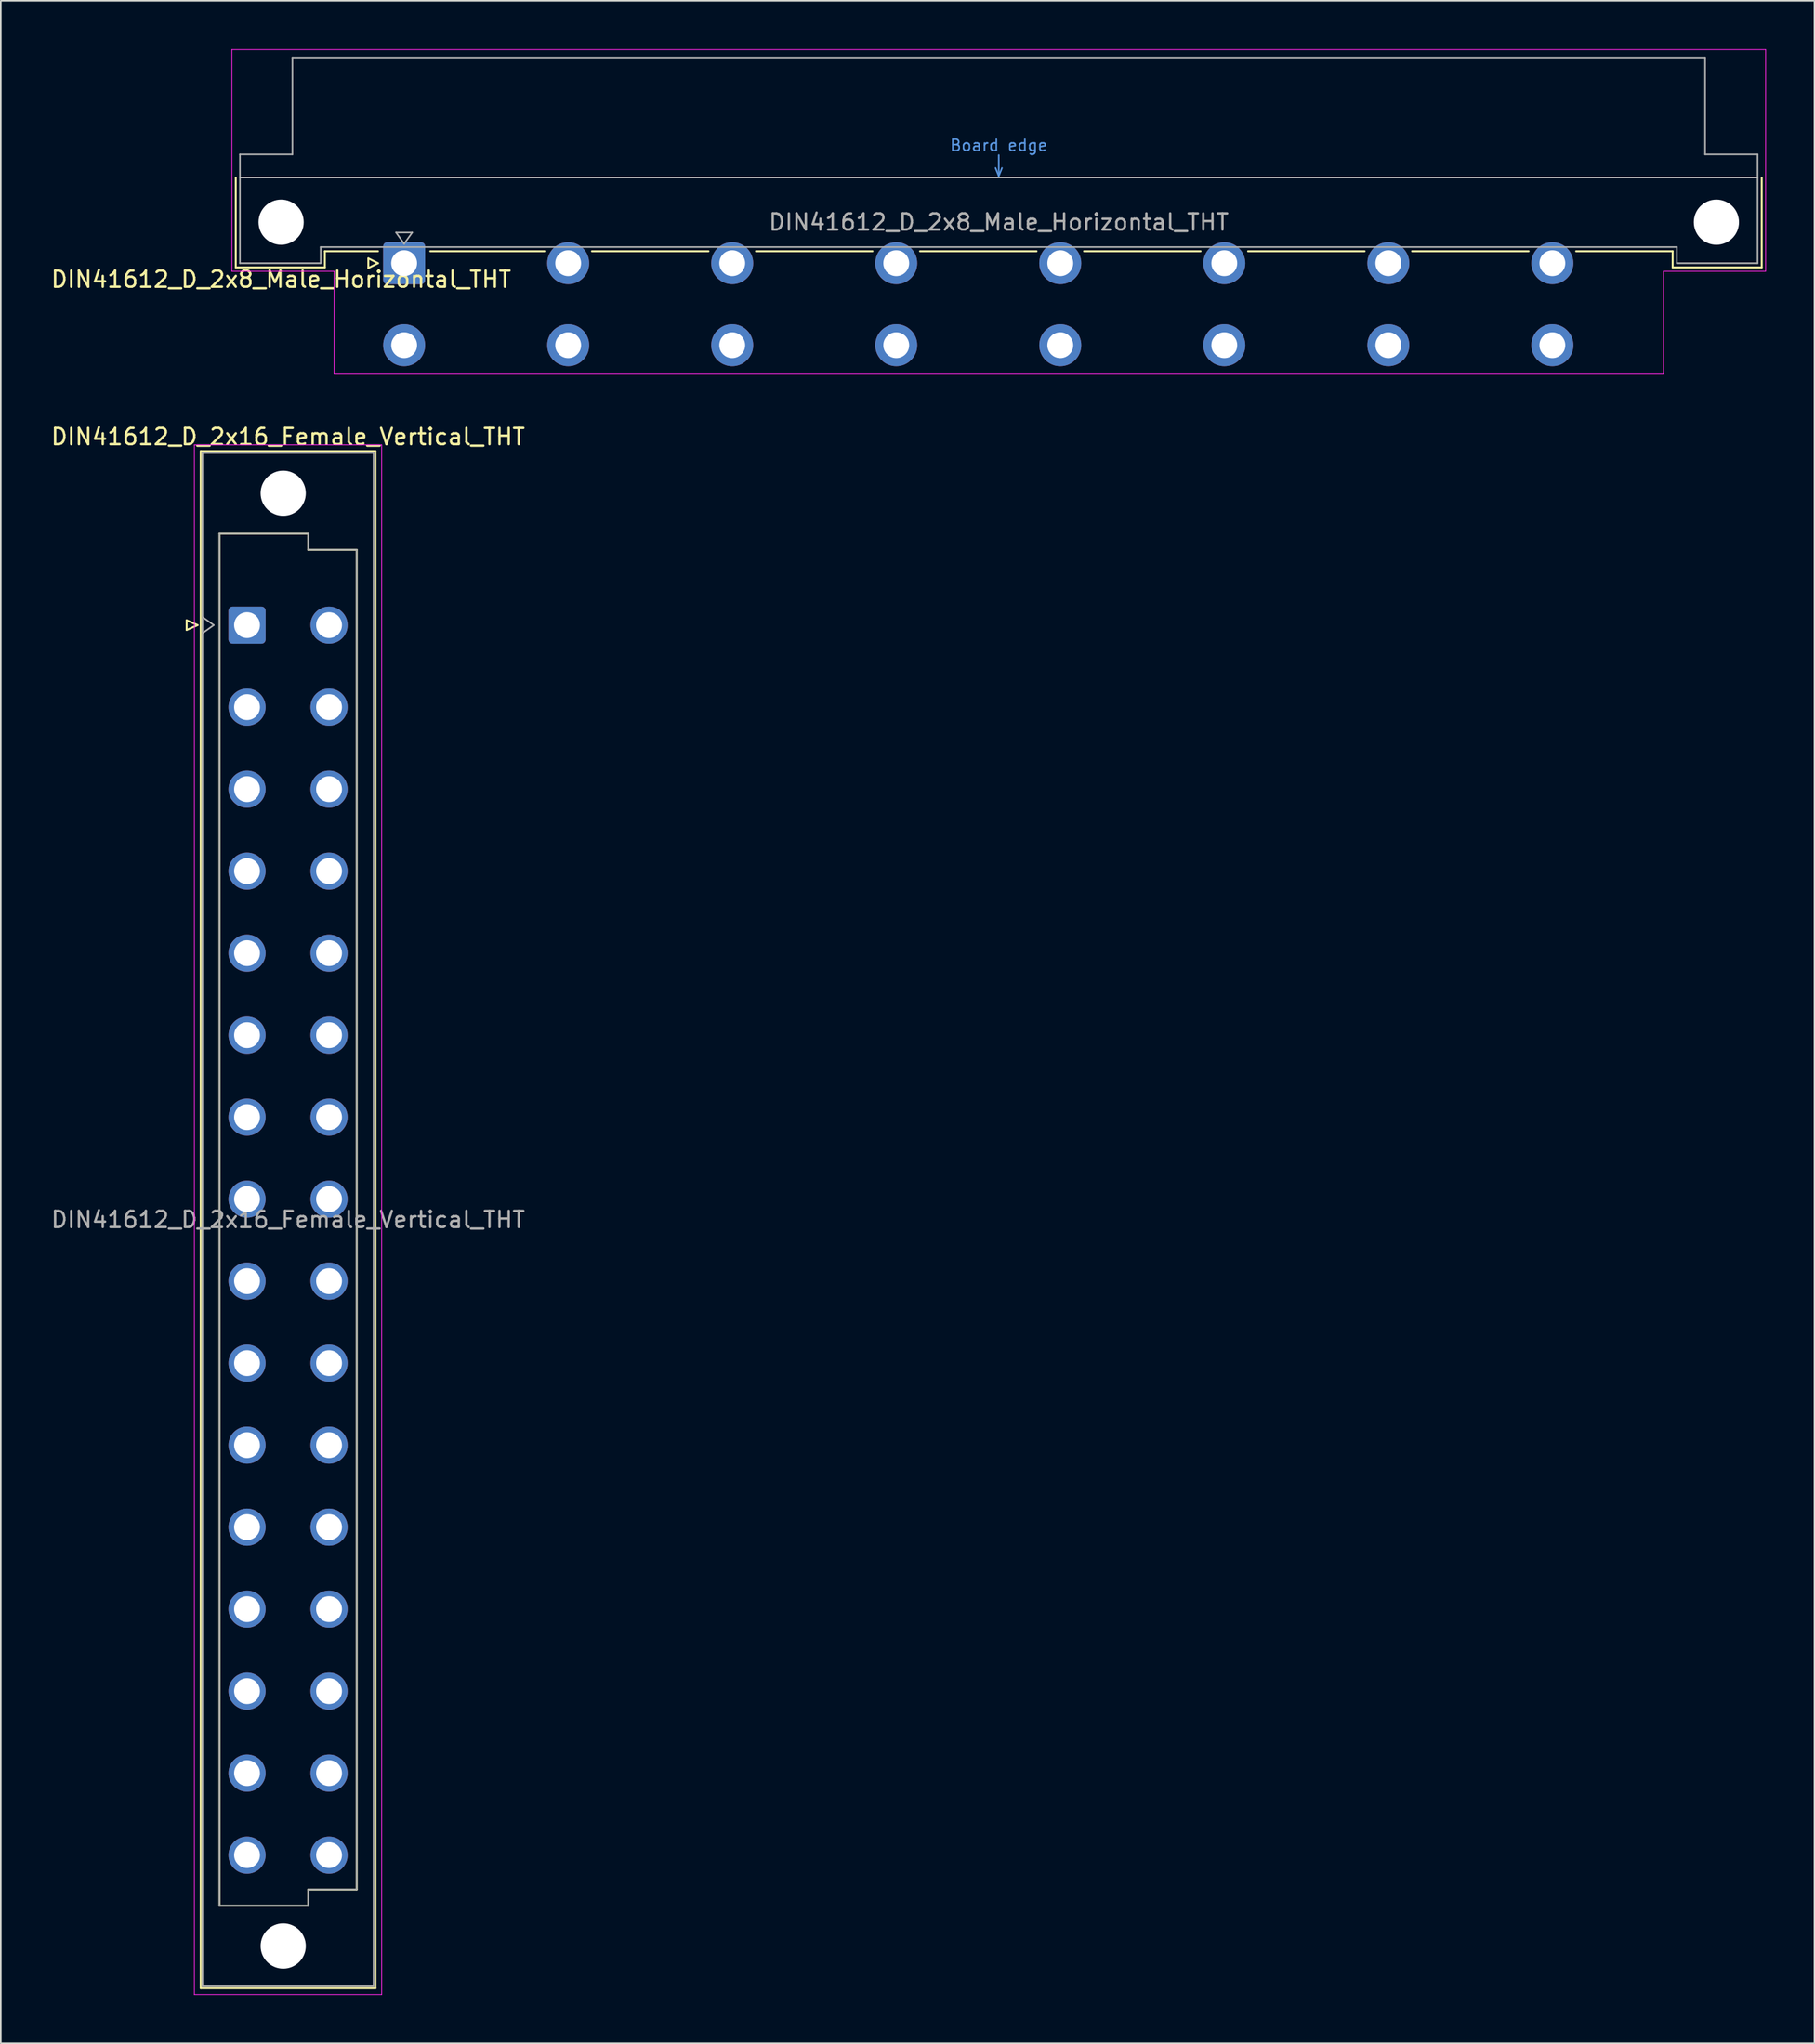
<source format=kicad_pcb>
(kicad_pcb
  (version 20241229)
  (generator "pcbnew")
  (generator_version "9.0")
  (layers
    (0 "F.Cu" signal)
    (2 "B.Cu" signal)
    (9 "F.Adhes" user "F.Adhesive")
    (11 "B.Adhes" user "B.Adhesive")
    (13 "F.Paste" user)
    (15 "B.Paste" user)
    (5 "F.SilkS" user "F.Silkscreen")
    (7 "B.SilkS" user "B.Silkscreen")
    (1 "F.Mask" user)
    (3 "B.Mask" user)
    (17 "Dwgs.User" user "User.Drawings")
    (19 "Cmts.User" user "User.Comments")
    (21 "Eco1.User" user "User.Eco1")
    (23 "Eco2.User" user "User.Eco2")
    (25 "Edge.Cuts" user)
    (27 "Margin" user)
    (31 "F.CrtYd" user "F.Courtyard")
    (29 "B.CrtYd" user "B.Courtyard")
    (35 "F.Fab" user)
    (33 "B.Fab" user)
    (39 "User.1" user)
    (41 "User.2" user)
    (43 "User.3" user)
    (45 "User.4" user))
  (footprint "DIN41612_D_2x16_Female_Vertical_THT"
    (layer "F.Cu")
    (at 12.252 33.138)
    (property "Reference" "DIN41612_D_2x16_Female_Vertical_THT" (at 2.54 -9.13 0) (layer "F.SilkS") (effects (font (size 1 1) (thickness 0.15))))
    (attr through_hole)
    (fp_line (start -3.74 2.24) (end -3.74 2.84) (stroke (width 0.12) (type solid)) (layer "F.SilkS"))
    (fp_line (start -3.74 2.84) (end -3.06 2.54) (stroke (width 0.12) (type solid)) (layer "F.SilkS"))
    (fp_line (start -3.06 2.54) (end -3.74 2.24) (stroke (width 0.12) (type solid)) (layer "F.SilkS"))
    (fp_line (start -2.87 -8.24) (end 7.95 -8.24) (stroke (width 0.12) (type solid)) (layer "F.SilkS"))
    (fp_line (start -2.87 86.98) (end -2.87 -8.24) (stroke (width 0.12) (type solid)) (layer "F.SilkS"))
    (fp_line (start -1.71 -3.131) (end 3.79 -3.131) (stroke (width 0.12) (type solid)) (layer "F.SilkS"))
    (fp_line (start -1.71 81.87) (end -1.71 -3.131) (stroke (width 0.12) (type solid)) (layer "F.SilkS"))
    (fp_line (start 3.79 -3.131) (end 3.79 -2.131) (stroke (width 0.12) (type solid)) (layer "F.SilkS"))
    (fp_line (start 3.79 -2.131) (end 6.79 -2.131) (stroke (width 0.12) (type solid)) (layer "F.SilkS"))
    (fp_line (start 3.79 80.87) (end 3.79 81.87) (stroke (width 0.12) (type solid)) (layer "F.SilkS"))
    (fp_line (start 3.79 81.87) (end -1.71 81.87) (stroke (width 0.12) (type solid)) (layer "F.SilkS"))
    (fp_line (start 6.79 -2.131) (end 6.79 80.87) (stroke (width 0.12) (type solid)) (layer "F.SilkS"))
    (fp_line (start 6.79 80.87) (end 3.79 80.87) (stroke (width 0.12) (type solid)) (layer "F.SilkS"))
    (fp_line (start 7.95 -8.24) (end 7.95 86.98) (stroke (width 0.12) (type solid)) (layer "F.SilkS"))
    (fp_line (start 7.95 86.98) (end -2.87 86.98) (stroke (width 0.12) (type solid)) (layer "F.SilkS"))
    (fp_line (start -3.26 -8.63) (end 8.34 -8.63) (stroke (width 0.05) (type solid)) (layer "F.CrtYd"))
    (fp_line (start -3.26 87.37) (end -3.26 -8.63) (stroke (width 0.05) (type solid)) (layer "F.CrtYd"))
    (fp_line (start 8.34 -8.63) (end 8.34 87.37) (stroke (width 0.05) (type solid)) (layer "F.CrtYd"))
    (fp_line (start 8.34 87.37) (end -3.26 87.37) (stroke (width 0.05) (type solid)) (layer "F.CrtYd"))
    (fp_line (start -2.76 -8.13) (end 7.84 -8.13) (stroke (width 0.1) (type solid)) (layer "F.Fab"))
    (fp_line (start -2.76 2.04) (end -2.06 2.54) (stroke (width 0.1) (type solid)) (layer "F.Fab"))
    (fp_line (start -2.76 86.87) (end -2.76 -8.13) (stroke (width 0.1) (type solid)) (layer "F.Fab"))
    (fp_line (start -2.06 2.54) (end -2.76 3.04) (stroke (width 0.1) (type solid)) (layer "F.Fab"))
    (fp_line (start -1.71 -3.13) (end 3.79 -3.13) (stroke (width 0.1) (type solid)) (layer "F.Fab"))
    (fp_line (start -1.71 81.87) (end -1.71 -3.13) (stroke (width 0.1) (type solid)) (layer "F.Fab"))
    (fp_line (start 3.79 -3.13) (end 3.79 -2.13) (stroke (width 0.1) (type solid)) (layer "F.Fab"))
    (fp_line (start 3.79 -2.13) (end 6.79 -2.13) (stroke (width 0.1) (type solid)) (layer "F.Fab"))
    (fp_line (start 3.79 80.87) (end 3.79 81.87) (stroke (width 0.1) (type solid)) (layer "F.Fab"))
    (fp_line (start 3.79 81.87) (end -1.71 81.87) (stroke (width 0.1) (type solid)) (layer "F.Fab"))
    (fp_line (start 6.79 -2.13) (end 6.79 80.87) (stroke (width 0.1) (type solid)) (layer "F.Fab"))
    (fp_line (start 6.79 80.87) (end 3.79 80.87) (stroke (width 0.1) (type solid)) (layer "F.Fab"))
    (fp_line (start 7.84 -8.13) (end 7.84 86.87) (stroke (width 0.1) (type solid)) (layer "F.Fab"))
    (fp_line (start 7.84 86.87) (end -2.76 86.87) (stroke (width 0.1) (type solid)) (layer "F.Fab"))
    (fp_text user "${REFERENCE}" (at 2.54 39.37 0) (layer "F.Fab") (effects (font (size 1 1) (thickness 0.15))))
    (pad "" np_thru_hole circle (at 2.24 -5.63) (size 2.8 2.8) (drill 2.8) (layers "*.Cu" "*.Mask"))
    (pad "" np_thru_hole circle (at 2.24 84.37) (size 2.8 2.8) (drill 2.8) (layers "*.Cu" "*.Mask"))
    (pad "a0" thru_hole roundrect (at 0 2.54) (size 2.3 2.3) (drill 1.6) (layers "*.Cu" "*.Mask") (roundrect_rratio 0.109))
    (pad "a1" thru_hole circle (at 0 7.62) (size 2.3 2.3) (drill 1.6) (layers "*.Cu" "*.Mask"))
    (pad "a2" thru_hole circle (at 0 12.7) (size 2.3 2.3) (drill 1.6) (layers "*.Cu" "*.Mask"))
    (pad "a3" thru_hole circle (at 0 17.78) (size 2.3 2.3) (drill 1.6) (layers "*.Cu" "*.Mask"))
    (pad "a4" thru_hole circle (at 0 22.86) (size 2.3 2.3) (drill 1.6) (layers "*.Cu" "*.Mask"))
    (pad "a5" thru_hole circle (at 0 27.94) (size 2.3 2.3) (drill 1.6) (layers "*.Cu" "*.Mask"))
    (pad "a6" thru_hole circle (at 0 33.02) (size 2.3 2.3) (drill 1.6) (layers "*.Cu" "*.Mask"))
    (pad "a7" thru_hole circle (at 0 38.1) (size 2.3 2.3) (drill 1.6) (layers "*.Cu" "*.Mask"))
    (pad "a8" thru_hole circle (at 0 43.18) (size 2.3 2.3) (drill 1.6) (layers "*.Cu" "*.Mask"))
    (pad "a9" thru_hole circle (at 0 48.26) (size 2.3 2.3) (drill 1.6) (layers "*.Cu" "*.Mask"))
    (pad "a10" thru_hole circle (at 0 53.34) (size 2.3 2.3) (drill 1.6) (layers "*.Cu" "*.Mask"))
    (pad "a11" thru_hole circle (at 0 58.42) (size 2.3 2.3) (drill 1.6) (layers "*.Cu" "*.Mask"))
    (pad "a12" thru_hole circle (at 0 63.5) (size 2.3 2.3) (drill 1.6) (layers "*.Cu" "*.Mask"))
    (pad "a13" thru_hole circle (at 0 68.58) (size 2.3 2.3) (drill 1.6) (layers "*.Cu" "*.Mask"))
    (pad "a14" thru_hole circle (at 0 73.66) (size 2.3 2.3) (drill 1.6) (layers "*.Cu" "*.Mask"))
    (pad "a15" thru_hole circle (at 0 78.74) (size 2.3 2.3) (drill 1.6) (layers "*.Cu" "*.Mask"))
    (pad "c0" thru_hole circle (at 5.08 2.54) (size 2.3 2.3) (drill 1.6) (layers "*.Cu" "*.Mask"))
    (pad "c1" thru_hole circle (at 5.08 7.62) (size 2.3 2.3) (drill 1.6) (layers "*.Cu" "*.Mask"))
    (pad "c2" thru_hole circle (at 5.08 12.7) (size 2.3 2.3) (drill 1.6) (layers "*.Cu" "*.Mask"))
    (pad "c3" thru_hole circle (at 5.08 17.78) (size 2.3 2.3) (drill 1.6) (layers "*.Cu" "*.Mask"))
    (pad "c4" thru_hole circle (at 5.08 22.86) (size 2.3 2.3) (drill 1.6) (layers "*.Cu" "*.Mask"))
    (pad "c5" thru_hole circle (at 5.08 27.94) (size 2.3 2.3) (drill 1.6) (layers "*.Cu" "*.Mask"))
    (pad "c6" thru_hole circle (at 5.08 33.02) (size 2.3 2.3) (drill 1.6) (layers "*.Cu" "*.Mask"))
    (pad "c7" thru_hole circle (at 5.08 38.1) (size 2.3 2.3) (drill 1.6) (layers "*.Cu" "*.Mask"))
    (pad "c8" thru_hole circle (at 5.08 43.18) (size 2.3 2.3) (drill 1.6) (layers "*.Cu" "*.Mask"))
    (pad "c9" thru_hole circle (at 5.08 48.26) (size 2.3 2.3) (drill 1.6) (layers "*.Cu" "*.Mask"))
    (pad "c10" thru_hole circle (at 5.08 53.34) (size 2.3 2.3) (drill 1.6) (layers "*.Cu" "*.Mask"))
    (pad "c11" thru_hole circle (at 5.08 58.42) (size 2.3 2.3) (drill 1.6) (layers "*.Cu" "*.Mask"))
    (pad "c12" thru_hole circle (at 5.08 63.5) (size 2.3 2.3) (drill 1.6) (layers "*.Cu" "*.Mask"))
    (pad "c13" thru_hole circle (at 5.08 68.58) (size 2.3 2.3) (drill 1.6) (layers "*.Cu" "*.Mask"))
    (pad "c14" thru_hole circle (at 5.08 73.66) (size 2.3 2.3) (drill 1.6) (layers "*.Cu" "*.Mask"))
    (pad "c15" thru_hole circle (at 5.08 78.74) (size 2.3 2.3) (drill 1.6) (layers "*.Cu" "*.Mask")))
  (footprint "DIN41612_D_2x8_Male_Horizontal_THT"
    (layer "F.Cu")
    (at 19.443 13.255)
    (property "Reference" "DIN41612_D_2x8_Male_Horizontal_THT" (at -5.08 1 0) (layer "F.SilkS") (effects (font (size 1 1) (thickness 0.15))))
    (attr through_hole)
    (fp_line (start -7.89 -5.3) (end -7.89 0.26) (stroke (width 0.12) (type solid)) (layer "F.SilkS"))
    (fp_line (start -7.89 0.26) (end -2.37 0.26) (stroke (width 0.12) (type solid)) (layer "F.SilkS"))
    (fp_line (start -2.371 -0.74) (end 0.92 -0.74) (stroke (width 0.12) (type solid)) (layer "F.SilkS"))
    (fp_line (start -2.37 0.26) (end -2.37 -0.74) (stroke (width 0.12) (type solid)) (layer "F.SilkS"))
    (fp_line (start 0.32 -0.3) (end 0.32 0.3) (stroke (width 0.12) (type solid)) (layer "F.SilkS"))
    (fp_line (start 0.32 0.3) (end 0.92 0) (stroke (width 0.12) (type solid)) (layer "F.SilkS"))
    (fp_line (start 0.92 0) (end 0.32 -0.3) (stroke (width 0.12) (type solid)) (layer "F.SilkS"))
    (fp_line (start 4.16 -0.74) (end 11.229 -0.74) (stroke (width 0.12) (type solid)) (layer "F.SilkS"))
    (fp_line (start 14.172 -0.74) (end 21.389 -0.74) (stroke (width 0.12) (type solid)) (layer "F.SilkS"))
    (fp_line (start 24.332 -0.74) (end 31.549 -0.74) (stroke (width 0.12) (type solid)) (layer "F.SilkS"))
    (fp_line (start 34.492 -0.74) (end 41.709 -0.74) (stroke (width 0.12) (type solid)) (layer "F.SilkS"))
    (fp_line (start 44.652 -0.74) (end 51.869 -0.74) (stroke (width 0.12) (type solid)) (layer "F.SilkS"))
    (fp_line (start 54.812 -0.74) (end 62.029 -0.74) (stroke (width 0.12) (type solid)) (layer "F.SilkS"))
    (fp_line (start 64.972 -0.74) (end 72.189 -0.74) (stroke (width 0.12) (type solid)) (layer "F.SilkS"))
    (fp_line (start 75.132 -0.74) (end 81.11 -0.74) (stroke (width 0.12) (type solid)) (layer "F.SilkS"))
    (fp_line (start 81.11 0.26) (end 81.11 -0.74) (stroke (width 0.12) (type solid)) (layer "F.SilkS"))
    (fp_line (start 86.63 -5.3) (end 86.63 0.26) (stroke (width 0.12) (type solid)) (layer "F.SilkS"))
    (fp_line (start 86.63 0.26) (end 81.11 0.26) (stroke (width 0.12) (type solid)) (layer "F.SilkS"))
    (fp_line (start -7.63 -5.3) (end 86.37 -5.3) (stroke (width 0.08) (type solid)) (layer "Dwgs.User"))
    (fp_line (start 39.17 -5.9) (end 39.37 -5.4) (stroke (width 0.1) (type solid)) (layer "Cmts.User"))
    (fp_line (start 39.37 -5.4) (end 39.37 -6.7) (stroke (width 0.1) (type solid)) (layer "Cmts.User"))
    (fp_line (start 39.37 -5.4) (end 39.57 -5.9) (stroke (width 0.1) (type solid)) (layer "Cmts.User"))
    (fp_line (start -8.13 -13.23) (end -8.13 0.5) (stroke (width 0.05) (type solid)) (layer "F.CrtYd"))
    (fp_line (start -8.13 0.5) (end -1.8 0.5) (stroke (width 0.05) (type solid)) (layer "F.CrtYd"))
    (fp_line (start -1.8 0.5) (end -1.8 6.88) (stroke (width 0.05) (type solid)) (layer "F.CrtYd"))
    (fp_line (start -1.8 6.88) (end 80.54 6.88) (stroke (width 0.05) (type solid)) (layer "F.CrtYd"))
    (fp_line (start 80.54 0.5) (end 86.87 0.5) (stroke (width 0.05) (type solid)) (layer "F.CrtYd"))
    (fp_line (start 80.54 6.88) (end 80.54 0.5) (stroke (width 0.05) (type solid)) (layer "F.CrtYd"))
    (fp_line (start 86.87 -13.23) (end -8.13 -13.23) (stroke (width 0.05) (type solid)) (layer "F.CrtYd"))
    (fp_line (start 86.87 0.5) (end 86.87 -13.23) (stroke (width 0.05) (type solid)) (layer "F.CrtYd"))
    (fp_line (start -7.63 -6.74) (end -7.63 0) (stroke (width 0.1) (type solid)) (layer "F.Fab"))
    (fp_line (start -7.63 0) (end -2.63 0) (stroke (width 0.1) (type solid)) (layer "F.Fab"))
    (fp_line (start -4.38 -12.74) (end -4.38 -6.74) (stroke (width 0.1) (type solid)) (layer "F.Fab"))
    (fp_line (start -4.38 -6.74) (end -7.63 -6.74) (stroke (width 0.1) (type solid)) (layer "F.Fab"))
    (fp_line (start -2.63 -1) (end 81.37 -1) (stroke (width 0.1) (type solid)) (layer "F.Fab"))
    (fp_line (start -2.63 0) (end -2.63 -1) (stroke (width 0.1) (type solid)) (layer "F.Fab"))
    (fp_line (start 2.04 -1.9) (end 3.04 -1.9) (stroke (width 0.1) (type solid)) (layer "F.Fab"))
    (fp_line (start 2.54 -1.2) (end 2.04 -1.9) (stroke (width 0.1) (type solid)) (layer "F.Fab"))
    (fp_line (start 3.04 -1.9) (end 2.54 -1.2) (stroke (width 0.1) (type solid)) (layer "F.Fab"))
    (fp_line (start 81.37 -1) (end 81.37 0) (stroke (width 0.1) (type solid)) (layer "F.Fab"))
    (fp_line (start 81.37 0) (end 86.37 0) (stroke (width 0.1) (type solid)) (layer "F.Fab"))
    (fp_line (start 83.12 -12.74) (end -4.38 -12.74) (stroke (width 0.1) (type solid)) (layer "F.Fab"))
    (fp_line (start 83.12 -6.74) (end 83.12 -12.74) (stroke (width 0.1) (type solid)) (layer "F.Fab"))
    (fp_line (start 86.37 -6.74) (end 83.12 -6.74) (stroke (width 0.1) (type solid)) (layer "F.Fab"))
    (fp_line (start 86.37 0) (end 86.37 -6.74) (stroke (width 0.1) (type solid)) (layer "F.Fab"))
    (fp_text user "Board edge" (at 39.37 -7.3 0) (layer "Cmts.User") (effects (font (size 0.7 0.7) (thickness 0.1))))
    (fp_text user "${REFERENCE}" (at 39.37 -2.54 0) (layer "F.Fab") (effects (font (size 1 1) (thickness 0.15))))
    (pad "" np_thru_hole circle (at -5.08 -2.54) (size 2.8 2.8) (drill 2.8) (layers "*.Cu" "*.Mask"))
    (pad "" np_thru_hole circle (at 83.82 -2.54) (size 2.8 2.8) (drill 2.8) (layers "*.Cu" "*.Mask"))
    (pad "a2" thru_hole roundrect (at 2.54 0) (size 2.6 2.6) (drill 1.6) (layers "*.Cu" "*.Mask") (roundrect_rratio 0.096))
    (pad "a6" thru_hole circle (at 12.7 0) (size 2.6 2.6) (drill 1.6) (layers "*.Cu" "*.Mask"))
    (pad "a10" thru_hole circle (at 22.86 0) (size 2.6 2.6) (drill 1.6) (layers "*.Cu" "*.Mask"))
    (pad "a14" thru_hole circle (at 33.02 0) (size 2.6 2.6) (drill 1.6) (layers "*.Cu" "*.Mask"))
    (pad "a18" thru_hole circle (at 43.18 0) (size 2.6 2.6) (drill 1.6) (layers "*.Cu" "*.Mask"))
    (pad "a22" thru_hole circle (at 53.34 0) (size 2.6 2.6) (drill 1.6) (layers "*.Cu" "*.Mask"))
    (pad "a26" thru_hole circle (at 63.5 0) (size 2.6 2.6) (drill 1.6) (layers "*.Cu" "*.Mask"))
    (pad "a30" thru_hole circle (at 73.66 0) (size 2.6 2.6) (drill 1.6) (layers "*.Cu" "*.Mask"))
    (pad "c2" thru_hole circle (at 2.54 5.08) (size 2.6 2.6) (drill 1.6) (layers "*.Cu" "*.Mask"))
    (pad "c6" thru_hole circle (at 12.7 5.08) (size 2.6 2.6) (drill 1.6) (layers "*.Cu" "*.Mask"))
    (pad "c10" thru_hole circle (at 22.86 5.08) (size 2.6 2.6) (drill 1.6) (layers "*.Cu" "*.Mask"))
    (pad "c14" thru_hole circle (at 33.02 5.08) (size 2.6 2.6) (drill 1.6) (layers "*.Cu" "*.Mask"))
    (pad "c18" thru_hole circle (at 43.18 5.08) (size 2.6 2.6) (drill 1.6) (layers "*.Cu" "*.Mask"))
    (pad "c22" thru_hole circle (at 53.34 5.08) (size 2.6 2.6) (drill 1.6) (layers "*.Cu" "*.Mask"))
    (pad "c26" thru_hole circle (at 63.5 5.08) (size 2.6 2.6) (drill 1.6) (layers "*.Cu" "*.Mask"))
    (pad "c30" thru_hole circle (at 73.66 5.08) (size 2.6 2.6) (drill 1.6) (layers "*.Cu" "*.Mask")))
  (gr_rect
    (start -3 -3)
    (end 109.338 123.533)
    (stroke (width 0.1) (type default))
    (fill no)
    (layer "Edge.Cuts")))
</source>
